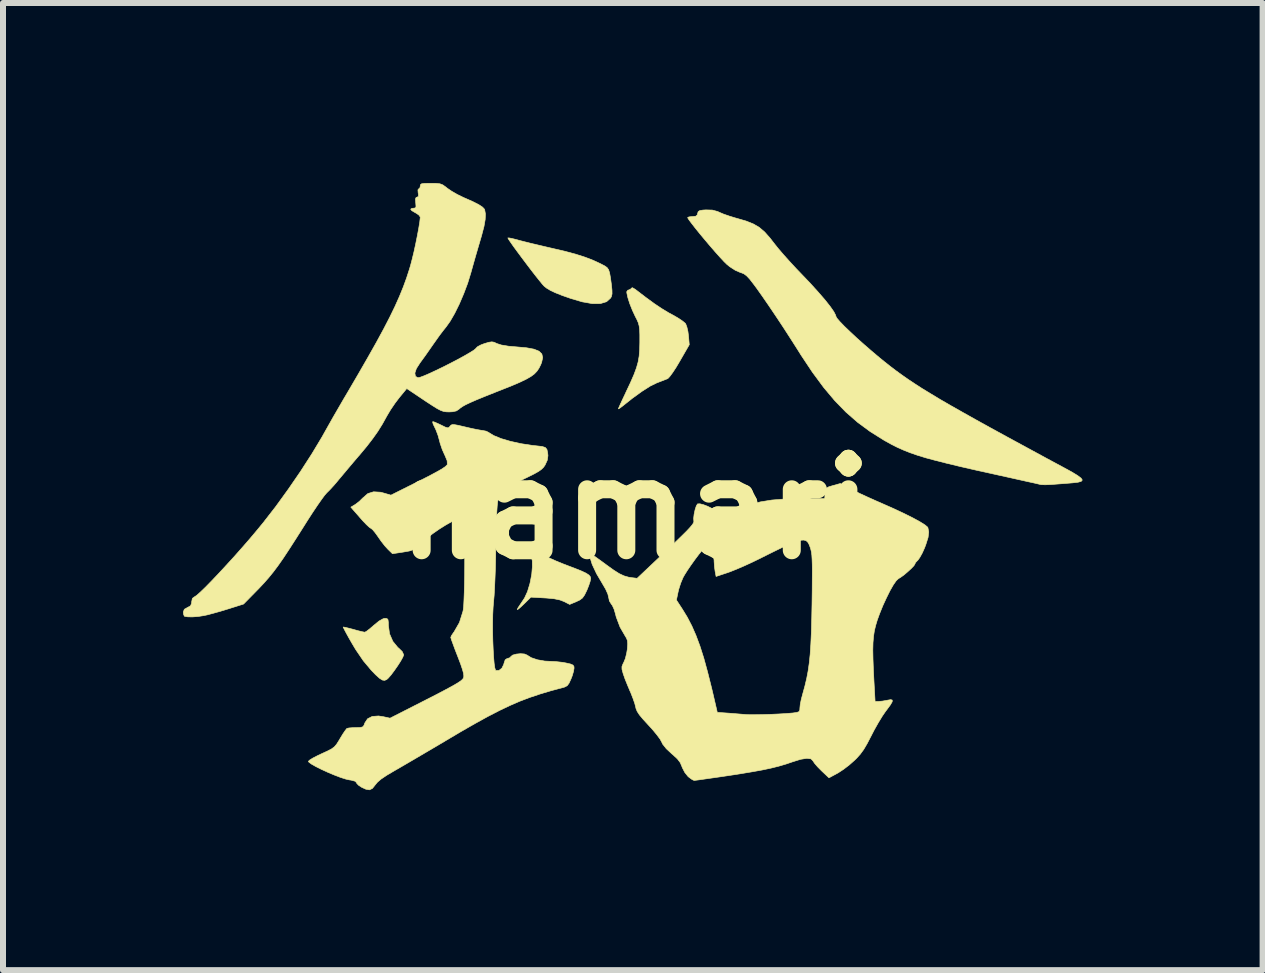
<source format=kicad_pcb>
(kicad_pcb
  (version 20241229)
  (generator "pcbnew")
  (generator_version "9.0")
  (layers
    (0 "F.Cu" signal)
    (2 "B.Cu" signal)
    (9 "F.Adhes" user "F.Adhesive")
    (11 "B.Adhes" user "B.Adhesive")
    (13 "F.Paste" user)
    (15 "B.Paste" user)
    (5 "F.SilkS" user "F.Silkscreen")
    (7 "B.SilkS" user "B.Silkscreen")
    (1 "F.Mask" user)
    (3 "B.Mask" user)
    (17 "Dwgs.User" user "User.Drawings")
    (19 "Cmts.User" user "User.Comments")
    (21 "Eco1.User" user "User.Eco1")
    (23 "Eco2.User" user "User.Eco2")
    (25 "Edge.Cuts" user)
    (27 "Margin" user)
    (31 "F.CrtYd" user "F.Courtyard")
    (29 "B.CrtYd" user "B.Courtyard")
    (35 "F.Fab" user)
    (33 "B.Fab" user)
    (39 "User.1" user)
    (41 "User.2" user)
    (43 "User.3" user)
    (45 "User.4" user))
  (footprint "namari"
    (layer "F.Cu")
    (at 7.533 5.431)
    (property "Reference" "namari" (at 0 0 0) (layer "F.SilkS") (effects (font (size 1.524 1.524) (thickness 0.3))))
    (attr through_hole)
    (fp_poly (pts (xy -4.134 1.828) (xy -4.117 1.846) (xy -4.111 1.891) (xy -4.11 1.944) (xy -4.091 2.082) (xy -4.036 2.208) (xy -3.953 2.309) (xy -3.935 2.324) (xy -3.879 2.379) (xy -3.856 2.431) (xy -3.856 2.435) (xy -3.87 2.472) (xy -3.905 2.535) (xy -3.954 2.612) (xy -4.01 2.692) (xy -4.065 2.766) (xy -4.113 2.821) (xy -4.14 2.845) (xy -4.174 2.858) (xy -4.212 2.852) (xy -4.26 2.821) (xy -4.325 2.762) (xy -4.398 2.686) (xy -4.527 2.532) (xy -4.655 2.344) (xy -4.714 2.245) (xy -4.771 2.146) (xy -4.817 2.062) (xy -4.849 2.001) (xy -4.863 1.971) (xy -4.863 1.969) (xy -4.84 1.972) (xy -4.784 1.985) (xy -4.706 2.005) (xy -4.692 2.009) (xy -4.609 2.032) (xy -4.542 2.048) (xy -4.505 2.055) (xy -4.503 2.055) (xy -4.476 2.041) (xy -4.425 2.002) (xy -4.362 1.948) (xy -4.353 1.94) (xy -4.266 1.869) (xy -4.198 1.831) (xy -4.168 1.824) (xy -4.134 1.828)) (stroke (width 0.01) (type solid)) (fill yes) (layer "F.SilkS"))
    (fp_poly (pts (xy -2.094 -4.515) (xy -2.036 -4.503) (xy -1.957 -4.483) (xy -1.938 -4.477) (xy -1.856 -4.456) (xy -1.741 -4.427) (xy -1.605 -4.395) (xy -1.461 -4.361) (xy -1.374 -4.341) (xy -1.16 -4.291) (xy -0.983 -4.243) (xy -0.833 -4.195) (xy -0.7 -4.144) (xy -0.575 -4.086) (xy -0.56 -4.078) (xy -0.504 -4.049) (xy -0.466 -4.022) (xy -0.441 -3.987) (xy -0.424 -3.935) (xy -0.41 -3.857) (xy -0.394 -3.742) (xy -0.394 -3.741) (xy -0.384 -3.645) (xy -0.383 -3.583) (xy -0.393 -3.54) (xy -0.406 -3.515) (xy -0.474 -3.453) (xy -0.576 -3.422) (xy -0.712 -3.421) (xy -0.881 -3.451) (xy -1.074 -3.508) (xy -1.219 -3.559) (xy -1.329 -3.603) (xy -1.41 -3.641) (xy -1.473 -3.679) (xy -1.513 -3.711) (xy -1.542 -3.742) (xy -1.59 -3.801) (xy -1.654 -3.881) (xy -1.727 -3.975) (xy -1.806 -4.079) (xy -1.885 -4.184) (xy -1.96 -4.285) (xy -2.026 -4.375) (xy -2.077 -4.448) (xy -2.11 -4.497) (xy -2.119 -4.516) (xy -2.094 -4.515)) (stroke (width 0.01) (type solid)) (fill yes) (layer "F.SilkS"))
    (fp_poly (pts (xy -1.61 0.736) (xy -1.527 0.767) (xy -1.489 0.788) (xy -1.417 0.823) (xy -1.317 0.868) (xy -1.205 0.914) (xy -1.129 0.943) (xy -0.988 0.997) (xy -0.884 1.039) (xy -0.813 1.073) (xy -0.769 1.102) (xy -0.746 1.129) (xy -0.739 1.157) (xy -0.739 1.161) (xy -0.748 1.208) (xy -0.772 1.28) (xy -0.802 1.355) (xy -0.841 1.435) (xy -0.876 1.485) (xy -0.92 1.518) (xy -0.977 1.545) (xy -1.089 1.592) (xy -1.183 1.544) (xy -1.254 1.517) (xy -1.346 1.498) (xy -1.471 1.486) (xy -1.506 1.484) (xy -1.735 1.471) (xy -1.849 1.583) (xy -1.905 1.636) (xy -1.945 1.67) (xy -1.963 1.678) (xy -1.963 1.677) (xy -1.95 1.649) (xy -1.918 1.601) (xy -1.908 1.586) (xy -1.841 1.485) (xy -1.792 1.379) (xy -1.753 1.25) (xy -1.745 1.215) (xy -1.721 1.087) (xy -1.711 0.967) (xy -1.712 0.865) (xy -1.727 0.794) (xy -1.731 0.786) (xy -1.74 0.756) (xy -1.718 0.741) (xy -1.679 0.733) (xy -1.61 0.736)) (stroke (width 0.01) (type solid)) (fill yes) (layer "F.SilkS"))
    (fp_poly (pts (xy -0.001 -3.662) (xy 0.004 -3.659) (xy 0.176 -3.527) (xy 0.321 -3.421) (xy 0.447 -3.337) (xy 0.559 -3.269) (xy 0.619 -3.237) (xy 0.707 -3.187) (xy 0.782 -3.138) (xy 0.833 -3.097) (xy 0.844 -3.084) (xy 0.864 -3.033) (xy 0.882 -2.955) (xy 0.891 -2.884) (xy 0.904 -2.736) (xy 0.746 -2.462) (xy 0.685 -2.359) (xy 0.627 -2.271) (xy 0.579 -2.206) (xy 0.547 -2.172) (xy 0.543 -2.17) (xy 0.497 -2.152) (xy 0.425 -2.124) (xy 0.36 -2.099) (xy 0.252 -2.046) (xy 0.117 -1.96) (xy -0.045 -1.843) (xy -0.202 -1.718) (xy -0.248 -1.683) (xy -0.274 -1.667) (xy -0.277 -1.668) (xy -0.268 -1.692) (xy -0.242 -1.75) (xy -0.204 -1.832) (xy -0.157 -1.931) (xy -0.152 -1.943) (xy -0.075 -2.106) (xy -0.017 -2.239) (xy 0.024 -2.35) (xy 0.052 -2.449) (xy 0.069 -2.547) (xy 0.077 -2.652) (xy 0.08 -2.774) (xy 0.08 -2.782) (xy 0.08 -2.901) (xy 0.077 -2.985) (xy 0.069 -3.048) (xy 0.055 -3.101) (xy 0.031 -3.156) (xy 0.003 -3.21) (xy -0.044 -3.311) (xy -0.087 -3.419) (xy -0.119 -3.519) (xy -0.136 -3.597) (xy -0.138 -3.619) (xy -0.12 -3.645) (xy -0.106 -3.648) (xy -0.07 -3.665) (xy -0.064 -3.676) (xy -0.044 -3.687) (xy -0.001 -3.662)) (stroke (width 0.01) (type solid)) (fill yes) (layer "F.SilkS"))
    (fp_poly (pts (xy 1.289 -4.98) (xy 1.377 -4.956) (xy 1.407 -4.942) (xy 1.473 -4.914) (xy 1.567 -4.881) (xy 1.672 -4.849) (xy 1.704 -4.84) (xy 1.855 -4.796) (xy 1.974 -4.748) (xy 2.071 -4.691) (xy 2.16 -4.615) (xy 2.251 -4.512) (xy 2.327 -4.414) (xy 2.387 -4.339) (xy 2.471 -4.241) (xy 2.572 -4.128) (xy 2.68 -4.011) (xy 2.773 -3.914) (xy 2.923 -3.757) (xy 3.054 -3.612) (xy 3.165 -3.484) (xy 3.252 -3.374) (xy 3.313 -3.287) (xy 3.344 -3.227) (xy 3.348 -3.209) (xy 3.365 -3.178) (xy 3.413 -3.122) (xy 3.486 -3.046) (xy 3.581 -2.955) (xy 3.691 -2.852) (xy 3.813 -2.743) (xy 3.941 -2.632) (xy 4.07 -2.523) (xy 4.156 -2.453) (xy 4.252 -2.377) (xy 4.348 -2.304) (xy 4.447 -2.232) (xy 4.551 -2.159) (xy 4.664 -2.084) (xy 4.788 -2.004) (xy 4.926 -1.92) (xy 5.08 -1.827) (xy 5.254 -1.726) (xy 5.45 -1.615) (xy 5.671 -1.491) (xy 5.92 -1.353) (xy 6.2 -1.2) (xy 6.513 -1.03) (xy 6.861 -0.841) (xy 7.14 -0.691) (xy 7.279 -0.615) (xy 7.376 -0.556) (xy 7.434 -0.512) (xy 7.454 -0.481) (xy 7.436 -0.459) (xy 7.382 -0.444) (xy 7.293 -0.434) (xy 7.245 -0.43) (xy 7.133 -0.421) (xy 7.024 -0.413) (xy 6.936 -0.406) (xy 6.916 -0.405) (xy 6.838 -0.402) (xy 6.774 -0.404) (xy 6.754 -0.407) (xy 6.721 -0.415) (xy 6.648 -0.432) (xy 6.542 -0.455) (xy 6.408 -0.485) (xy 6.252 -0.52) (xy 6.08 -0.558) (xy 5.981 -0.58) (xy 5.682 -0.646) (xy 5.425 -0.705) (xy 5.204 -0.758) (xy 5.014 -0.806) (xy 4.85 -0.85) (xy 4.709 -0.893) (xy 4.585 -0.936) (xy 4.474 -0.98) (xy 4.371 -1.026) (xy 4.272 -1.076) (xy 4.171 -1.132) (xy 4.145 -1.147) (xy 3.92 -1.288) (xy 3.712 -1.441) (xy 3.517 -1.611) (xy 3.33 -1.803) (xy 3.145 -2.023) (xy 2.958 -2.276) (xy 2.765 -2.566) (xy 2.712 -2.651) (xy 2.596 -2.833) (xy 2.474 -3.022) (xy 2.35 -3.209) (xy 2.23 -3.387) (xy 2.119 -3.548) (xy 2.024 -3.682) (xy 1.977 -3.745) (xy 1.911 -3.83) (xy 1.859 -3.885) (xy 1.813 -3.919) (xy 1.761 -3.939) (xy 1.75 -3.942) (xy 1.67 -3.977) (xy 1.579 -4.036) (xy 1.529 -4.077) (xy 1.484 -4.121) (xy 1.42 -4.19) (xy 1.342 -4.277) (xy 1.257 -4.375) (xy 1.169 -4.479) (xy 1.084 -4.581) (xy 1.007 -4.676) (xy 0.944 -4.757) (xy 0.899 -4.817) (xy 0.878 -4.851) (xy 0.877 -4.855) (xy 0.898 -4.866) (xy 0.947 -4.872) (xy 0.957 -4.872) (xy 1.013 -4.878) (xy 1.038 -4.901) (xy 1.043 -4.924) (xy 1.053 -4.954) (xy 1.078 -4.971) (xy 1.131 -4.98) (xy 1.182 -4.983) (xy 1.289 -4.98)) (stroke (width 0.01) (type solid)) (fill yes) (layer "F.SilkS"))
    (fp_poly (pts (xy -3.312 -5.425) (xy -3.251 -5.418) (xy -3.204 -5.4) (xy -3.156 -5.366) (xy -3.129 -5.344) (xy -3.057 -5.295) (xy -2.962 -5.24) (xy -2.861 -5.191) (xy -2.848 -5.185) (xy -2.707 -5.123) (xy -2.606 -5.072) (xy -2.542 -5.03) (xy -2.51 -4.996) (xy -2.506 -4.988) (xy -2.493 -4.915) (xy -2.497 -4.824) (xy -2.517 -4.708) (xy -2.556 -4.559) (xy -2.569 -4.514) (xy -2.61 -4.375) (xy -2.657 -4.214) (xy -2.703 -4.052) (xy -2.735 -3.937) (xy -2.788 -3.764) (xy -2.855 -3.586) (xy -2.929 -3.413) (xy -3.006 -3.257) (xy -3.082 -3.126) (xy -3.146 -3.036) (xy -3.194 -2.976) (xy -3.258 -2.892) (xy -3.326 -2.796) (xy -3.36 -2.748) (xy -3.429 -2.649) (xy -3.499 -2.549) (xy -3.561 -2.464) (xy -3.583 -2.434) (xy -3.644 -2.339) (xy -3.669 -2.264) (xy -3.66 -2.211) (xy -3.621 -2.186) (xy -3.585 -2.192) (xy -3.518 -2.217) (xy -3.425 -2.257) (xy -3.314 -2.309) (xy -3.192 -2.368) (xy -3.068 -2.431) (xy -2.947 -2.494) (xy -2.838 -2.554) (xy -2.747 -2.607) (xy -2.682 -2.648) (xy -2.651 -2.675) (xy -2.649 -2.679) (xy -2.623 -2.704) (xy -2.566 -2.734) (xy -2.51 -2.755) (xy -2.435 -2.777) (xy -2.386 -2.784) (xy -2.347 -2.777) (xy -2.304 -2.756) (xy -2.227 -2.731) (xy -2.105 -2.711) (xy -1.974 -2.7) (xy -1.808 -2.685) (xy -1.684 -2.662) (xy -1.6 -2.628) (xy -1.553 -2.582) (xy -1.539 -2.521) (xy -1.556 -2.443) (xy -1.572 -2.402) (xy -1.601 -2.344) (xy -1.635 -2.294) (xy -1.678 -2.249) (xy -1.736 -2.206) (xy -1.815 -2.161) (xy -1.919 -2.111) (xy -2.054 -2.053) (xy -2.225 -1.985) (xy -2.309 -1.952) (xy -2.49 -1.88) (xy -2.632 -1.822) (xy -2.74 -1.775) (xy -2.821 -1.737) (xy -2.878 -1.705) (xy -2.917 -1.677) (xy -2.93 -1.665) (xy -2.977 -1.633) (xy -3.042 -1.619) (xy -3.1 -1.616) (xy -3.149 -1.618) (xy -3.193 -1.625) (xy -3.24 -1.642) (xy -3.299 -1.673) (xy -3.376 -1.721) (xy -3.482 -1.79) (xy -3.513 -1.811) (xy -3.804 -2.006) (xy -3.927 -1.857) (xy -4 -1.761) (xy -4.074 -1.652) (xy -4.133 -1.553) (xy -4.133 -1.553) (xy -4.209 -1.416) (xy -4.286 -1.292) (xy -4.371 -1.172) (xy -4.471 -1.042) (xy -4.596 -0.892) (xy -4.61 -0.877) (xy -4.701 -0.77) (xy -4.792 -0.662) (xy -4.874 -0.564) (xy -4.938 -0.488) (xy -4.95 -0.473) (xy -5.017 -0.394) (xy -5.085 -0.32) (xy -5.139 -0.266) (xy -5.139 -0.266) (xy -5.173 -0.227) (xy -5.226 -0.155) (xy -5.295 -0.056) (xy -5.374 0.062) (xy -5.46 0.195) (xy -5.519 0.289) (xy -5.651 0.497) (xy -5.763 0.671) (xy -5.859 0.817) (xy -5.945 0.94) (xy -6.024 1.046) (xy -6.1 1.14) (xy -6.178 1.229) (xy -6.261 1.318) (xy -6.304 1.362) (xy -6.524 1.586) (xy -6.794 1.671) (xy -6.912 1.707) (xy -7.027 1.739) (xy -7.124 1.765) (xy -7.184 1.778) (xy -7.28 1.793) (xy -7.374 1.8) (xy -7.452 1.799) (xy -7.503 1.791) (xy -7.512 1.786) (xy -7.525 1.752) (xy -7.528 1.719) (xy -7.511 1.673) (xy -7.458 1.643) (xy -7.408 1.616) (xy -7.39 1.573) (xy -7.389 1.55) (xy -7.377 1.491) (xy -7.344 1.467) (xy -7.307 1.443) (xy -7.245 1.388) (xy -7.16 1.306) (xy -7.058 1.202) (xy -6.943 1.081) (xy -6.818 0.946) (xy -6.687 0.803) (xy -6.555 0.654) (xy -6.426 0.506) (xy -6.304 0.361) (xy -6.197 0.231) (xy -5.988 -0.038) (xy -5.778 -0.328) (xy -5.574 -0.625) (xy -5.385 -0.918) (xy -5.218 -1.196) (xy -5.172 -1.278) (xy -5.109 -1.39) (xy -5.03 -1.53) (xy -4.942 -1.682) (xy -4.854 -1.834) (xy -4.794 -1.935) (xy -4.611 -2.248) (xy -4.451 -2.526) (xy -4.311 -2.774) (xy -4.191 -2.995) (xy -4.088 -3.194) (xy -4 -3.375) (xy -3.926 -3.541) (xy -3.862 -3.698) (xy -3.807 -3.849) (xy -3.759 -3.997) (xy -3.741 -4.058) (xy -3.714 -4.161) (xy -3.684 -4.284) (xy -3.655 -4.418) (xy -3.628 -4.552) (xy -3.605 -4.675) (xy -3.588 -4.777) (xy -3.58 -4.849) (xy -3.579 -4.863) (xy -3.598 -4.893) (xy -3.645 -4.927) (xy -3.66 -4.935) (xy -3.719 -4.969) (xy -3.739 -4.995) (xy -3.717 -5.009) (xy -3.692 -5.011) (xy -3.661 -5.016) (xy -3.65 -5.039) (xy -3.654 -5.094) (xy -3.655 -5.103) (xy -3.659 -5.164) (xy -3.648 -5.191) (xy -3.633 -5.195) (xy -3.61 -5.207) (xy -3.61 -5.248) (xy -3.614 -5.265) (xy -3.618 -5.317) (xy -3.604 -5.334) (xy -3.584 -5.353) (xy -3.579 -5.38) (xy -3.575 -5.404) (xy -3.557 -5.418) (xy -3.514 -5.424) (xy -3.438 -5.426) (xy -3.404 -5.426) (xy -3.312 -5.425)) (stroke (width 0.01) (type solid)) (fill yes) (layer "F.SilkS"))
    (fp_poly (pts (xy -3.337 -1.445) (xy -3.28 -1.42) (xy -3.23 -1.396) (xy -3.163 -1.363) (xy -3.124 -1.351) (xy -3.101 -1.357) (xy -3.083 -1.378) (xy -3.067 -1.396) (xy -3.045 -1.405) (xy -3.008 -1.404) (xy -2.948 -1.393) (xy -2.854 -1.371) (xy -2.828 -1.365) (xy -2.725 -1.341) (xy -2.632 -1.322) (xy -2.564 -1.31) (xy -2.54 -1.307) (xy -2.48 -1.295) (xy -2.443 -1.276) (xy -2.357 -1.223) (xy -2.233 -1.172) (xy -2.08 -1.127) (xy -1.906 -1.088) (xy -1.719 -1.059) (xy -1.635 -1.05) (xy -1.547 -1.04) (xy -1.495 -1.023) (xy -1.468 -0.991) (xy -1.456 -0.934) (xy -1.451 -0.888) (xy -1.462 -0.812) (xy -1.5 -0.729) (xy -1.526 -0.692) (xy -1.56 -0.659) (xy -1.609 -0.624) (xy -1.68 -0.584) (xy -1.78 -0.534) (xy -1.892 -0.48) (xy -2.006 -0.425) (xy -2.104 -0.378) (xy -2.18 -0.341) (xy -2.225 -0.318) (xy -2.236 -0.312) (xy -2.245 -0.288) (xy -2.262 -0.232) (xy -2.276 -0.181) (xy -2.288 -0.126) (xy -2.297 -0.047) (xy -2.304 0.06) (xy -2.31 0.2) (xy -2.315 0.377) (xy -2.319 0.596) (xy -2.319 0.624) (xy -2.323 0.811) (xy -2.327 0.995) (xy -2.334 1.168) (xy -2.341 1.321) (xy -2.348 1.445) (xy -2.356 1.533) (xy -2.356 1.537) (xy -2.365 1.638) (xy -2.371 1.762) (xy -2.373 1.901) (xy -2.373 2.049) (xy -2.37 2.197) (xy -2.364 2.339) (xy -2.357 2.466) (xy -2.348 2.572) (xy -2.337 2.649) (xy -2.324 2.689) (xy -2.32 2.694) (xy -2.267 2.692) (xy -2.219 2.655) (xy -2.187 2.59) (xy -2.184 2.575) (xy -2.164 2.516) (xy -2.132 2.494) (xy -2.126 2.494) (xy -2.084 2.479) (xy -2.071 2.463) (xy -2.04 2.437) (xy -1.98 2.42) (xy -1.909 2.413) (xy -1.843 2.418) (xy -1.802 2.435) (xy -1.729 2.48) (xy -1.625 2.515) (xy -1.505 2.536) (xy -1.424 2.54) (xy -1.318 2.545) (xy -1.203 2.558) (xy -1.15 2.568) (xy -1.075 2.585) (xy -1.034 2.603) (xy -1.018 2.627) (xy -1.016 2.654) (xy -1.025 2.708) (xy -1.047 2.783) (xy -1.067 2.834) (xy -1.1 2.906) (xy -1.131 2.947) (xy -1.175 2.97) (xy -1.211 2.98) (xy -1.406 3.032) (xy -1.586 3.086) (xy -1.756 3.143) (xy -1.922 3.206) (xy -2.09 3.279) (xy -2.268 3.364) (xy -2.459 3.463) (xy -2.671 3.58) (xy -2.91 3.717) (xy -3.161 3.866) (xy -3.326 3.964) (xy -3.493 4.062) (xy -3.653 4.156) (xy -3.798 4.241) (xy -3.92 4.312) (xy -4.01 4.364) (xy -4.012 4.365) (xy -4.139 4.44) (xy -4.231 4.502) (xy -4.294 4.556) (xy -4.33 4.6) (xy -4.377 4.659) (xy -4.425 4.682) (xy -4.485 4.672) (xy -4.555 4.64) (xy -4.608 4.605) (xy -4.639 4.572) (xy -4.641 4.563) (xy -4.664 4.539) (xy -4.729 4.521) (xy -4.763 4.516) (xy -4.828 4.501) (xy -4.916 4.472) (xy -5.017 4.433) (xy -5.124 4.388) (xy -5.228 4.34) (xy -5.32 4.294) (xy -5.392 4.253) (xy -5.435 4.221) (xy -5.444 4.207) (xy -5.421 4.185) (xy -5.366 4.151) (xy -5.286 4.11) (xy -5.222 4.08) (xy -5.124 4.035) (xy -5.057 4) (xy -5.011 3.966) (xy -4.974 3.923) (xy -4.936 3.863) (xy -4.916 3.829) (xy -4.87 3.753) (xy -4.83 3.694) (xy -4.805 3.662) (xy -4.802 3.659) (xy -4.767 3.651) (xy -4.703 3.646) (xy -4.654 3.645) (xy -4.581 3.643) (xy -4.54 3.634) (xy -4.518 3.609) (xy -4.502 3.566) (xy -4.457 3.498) (xy -4.38 3.459) (xy -4.275 3.451) (xy -4.191 3.464) (xy -4.083 3.488) (xy -3.482 3.182) (xy -3.3 3.089) (xy -3.156 3.013) (xy -3.045 2.953) (xy -2.964 2.906) (xy -2.909 2.87) (xy -2.876 2.842) (xy -2.86 2.82) (xy -2.859 2.819) (xy -2.853 2.787) (xy -2.858 2.742) (xy -2.875 2.678) (xy -2.906 2.586) (xy -2.954 2.46) (xy -2.954 2.46) (xy -2.997 2.35) (xy -3.032 2.255) (xy -3.058 2.184) (xy -3.07 2.145) (xy -3.071 2.14) (xy -3.058 2.111) (xy -3.026 2.063) (xy -3.014 2.047) (xy -2.926 1.894) (xy -2.868 1.709) (xy -2.863 1.685) (xy -2.856 1.625) (xy -2.851 1.527) (xy -2.846 1.4) (xy -2.842 1.251) (xy -2.839 1.089) (xy -2.838 0.921) (xy -2.838 0.757) (xy -2.839 0.604) (xy -2.842 0.47) (xy -2.846 0.364) (xy -2.852 0.294) (xy -2.864 0.218) (xy -2.878 0.178) (xy -2.901 0.163) (xy -2.916 0.162) (xy -2.972 0.175) (xy -3.055 0.213) (xy -3.155 0.269) (xy -3.263 0.337) (xy -3.371 0.412) (xy -3.468 0.488) (xy -3.523 0.537) (xy -3.6 0.608) (xy -3.657 0.655) (xy -3.707 0.684) (xy -3.763 0.702) (xy -3.837 0.715) (xy -3.865 0.72) (xy -4.042 0.747) (xy -4.116 0.675) (xy -4.169 0.617) (xy -4.231 0.538) (xy -4.283 0.463) (xy -4.332 0.395) (xy -4.374 0.345) (xy -4.401 0.324) (xy -4.402 0.324) (xy -4.427 0.307) (xy -4.475 0.263) (xy -4.537 0.198) (xy -4.582 0.147) (xy -4.736 -0.029) (xy -4.663 -0.073) (xy -4.596 -0.124) (xy -4.535 -0.184) (xy -4.534 -0.184) (xy -4.453 -0.255) (xy -4.357 -0.285) (xy -4.242 -0.278) (xy -4.195 -0.266) (xy -4.068 -0.229) (xy -3.606 -0.46) (xy -3.44 -0.544) (xy -3.313 -0.612) (xy -3.221 -0.664) (xy -3.162 -0.704) (xy -3.133 -0.732) (xy -3.128 -0.741) (xy -3.131 -0.803) (xy -3.169 -0.894) (xy -3.172 -0.899) (xy -3.213 -0.991) (xy -3.248 -1.094) (xy -3.258 -1.134) (xy -3.284 -1.228) (xy -3.32 -1.322) (xy -3.337 -1.357) (xy -3.364 -1.413) (xy -3.373 -1.448) (xy -3.369 -1.455) (xy -3.337 -1.445)) (stroke (width 0.01) (type solid)) (fill yes) (layer "F.SilkS"))
    (fp_poly (pts (xy 3.576 -0.34) (xy 3.649 -0.303) (xy 3.754 -0.253) (xy 3.88 -0.195) (xy 4.016 -0.134) (xy 4.11 -0.093) (xy 4.309 -0.005) (xy 4.484 0.077) (xy 4.632 0.151) (xy 4.749 0.215) (xy 4.832 0.267) (xy 4.876 0.304) (xy 4.881 0.313) (xy 4.895 0.385) (xy 4.884 0.476) (xy 4.847 0.593) (xy 4.826 0.649) (xy 4.787 0.736) (xy 4.747 0.808) (xy 4.715 0.854) (xy 4.71 0.858) (xy 4.675 0.895) (xy 4.664 0.92) (xy 4.648 0.947) (xy 4.604 0.993) (xy 4.545 1.047) (xy 4.482 1.101) (xy 4.423 1.143) (xy 4.391 1.162) (xy 4.354 1.196) (xy 4.305 1.266) (xy 4.249 1.364) (xy 4.19 1.483) (xy 4.13 1.613) (xy 4.075 1.749) (xy 4.037 1.854) (xy 4.01 1.944) (xy 3.989 2.031) (xy 3.975 2.124) (xy 3.966 2.23) (xy 3.963 2.355) (xy 3.966 2.507) (xy 3.973 2.692) (xy 3.982 2.869) (xy 4.001 3.21) (xy 4.061 3.209) (xy 4.125 3.203) (xy 4.201 3.19) (xy 4.208 3.188) (xy 4.261 3.179) (xy 4.287 3.186) (xy 4.286 3.214) (xy 4.256 3.266) (xy 4.196 3.348) (xy 4.178 3.371) (xy 4.121 3.454) (xy 4.054 3.564) (xy 3.986 3.685) (xy 3.935 3.784) (xy 3.869 3.911) (xy 3.812 4.008) (xy 3.754 4.088) (xy 3.687 4.162) (xy 3.66 4.188) (xy 3.572 4.266) (xy 3.474 4.341) (xy 3.384 4.4) (xy 3.373 4.406) (xy 3.232 4.482) (xy 3.106 4.363) (xy 3.043 4.299) (xy 2.993 4.241) (xy 2.967 4.202) (xy 2.966 4.2) (xy 2.933 4.166) (xy 2.863 4.157) (xy 2.761 4.173) (xy 2.629 4.214) (xy 2.514 4.253) (xy 2.395 4.288) (xy 2.267 4.32) (xy 2.121 4.351) (xy 1.949 4.382) (xy 1.745 4.416) (xy 1.562 4.444) (xy 1.407 4.467) (xy 1.267 4.487) (xy 1.148 4.504) (xy 1.057 4.517) (xy 1 4.524) (xy 0.985 4.526) (xy 0.952 4.511) (xy 0.902 4.475) (xy 0.884 4.46) (xy 0.83 4.393) (xy 0.788 4.312) (xy 0.782 4.295) (xy 0.754 4.229) (xy 0.706 4.166) (xy 0.629 4.095) (xy 0.613 4.082) (xy 0.521 3.996) (xy 0.46 3.919) (xy 0.444 3.885) (xy 0.417 3.836) (xy 0.364 3.765) (xy 0.294 3.68) (xy 0.221 3.6) (xy 0.133 3.504) (xy 0.073 3.432) (xy 0.036 3.375) (xy 0.016 3.326) (xy 0.012 3.307) (xy -0.004 3.244) (xy -0.035 3.155) (xy -0.073 3.058) (xy -0.084 3.035) (xy -0.126 2.935) (xy -0.166 2.836) (xy -0.194 2.756) (xy -0.198 2.744) (xy -0.217 2.675) (xy -0.218 2.629) (xy -0.201 2.584) (xy -0.188 2.559) (xy -0.161 2.494) (xy -0.139 2.404) (xy -0.128 2.337) (xy -0.122 2.251) (xy -0.127 2.193) (xy -0.145 2.148) (xy -0.157 2.13) (xy -0.249 1.971) (xy -0.313 1.802) (xy -0.326 1.75) (xy -0.349 1.672) (xy -0.378 1.609) (xy -0.395 1.587) (xy -0.428 1.533) (xy -0.43 1.519) (xy 0.69 1.519) (xy 0.786 1.666) (xy 0.871 1.805) (xy 0.947 1.951) (xy 1.016 2.109) (xy 1.082 2.286) (xy 1.146 2.487) (xy 1.21 2.721) (xy 1.278 2.992) (xy 1.296 3.068) (xy 1.371 3.391) (xy 1.557 3.404) (xy 1.66 3.412) (xy 1.757 3.42) (xy 1.83 3.426) (xy 1.836 3.427) (xy 1.902 3.43) (xy 2.003 3.43) (xy 2.127 3.428) (xy 2.261 3.424) (xy 2.394 3.418) (xy 2.515 3.411) (xy 2.611 3.403) (xy 2.627 3.402) (xy 2.697 3.392) (xy 2.733 3.379) (xy 2.746 3.353) (xy 2.748 3.316) (xy 2.754 3.257) (xy 2.771 3.173) (xy 2.795 3.083) (xy 2.831 2.952) (xy 2.861 2.826) (xy 2.885 2.7) (xy 2.904 2.567) (xy 2.919 2.42) (xy 2.93 2.252) (xy 2.939 2.057) (xy 2.945 1.829) (xy 2.95 1.579) (xy 2.953 1.36) (xy 2.954 1.181) (xy 2.955 1.039) (xy 2.954 0.927) (xy 2.951 0.841) (xy 2.947 0.775) (xy 2.941 0.725) (xy 2.932 0.684) (xy 2.923 0.651) (xy 2.903 0.597) (xy 2.881 0.557) (xy 2.852 0.53) (xy 2.812 0.519) (xy 2.757 0.523) (xy 2.682 0.544) (xy 2.584 0.583) (xy 2.458 0.64) (xy 2.3 0.717) (xy 2.105 0.814) (xy 2.09 0.822) (xy 1.956 0.887) (xy 1.819 0.95) (xy 1.691 1.005) (xy 1.586 1.047) (xy 1.547 1.061) (xy 1.351 1.126) (xy 1.335 1.042) (xy 1.324 0.962) (xy 1.318 0.872) (xy 1.318 0.859) (xy 1.304 0.755) (xy 1.271 0.677) (xy 1.222 0.632) (xy 1.187 0.624) (xy 1.163 0.642) (xy 1.119 0.69) (xy 1.062 0.76) (xy 0.998 0.845) (xy 0.933 0.936) (xy 0.873 1.024) (xy 0.824 1.102) (xy 0.799 1.147) (xy 0.761 1.238) (xy 0.728 1.342) (xy 0.717 1.389) (xy 0.69 1.519) (xy -0.43 1.519) (xy -0.439 1.478) (xy -0.453 1.419) (xy -0.49 1.337) (xy -0.539 1.253) (xy -0.641 1.08) (xy -0.714 0.925) (xy -0.751 0.806) (xy -0.768 0.73) (xy -0.701 0.772) (xy -0.652 0.806) (xy -0.579 0.858) (xy -0.497 0.918) (xy -0.473 0.936) (xy -0.356 1.02) (xy -0.263 1.079) (xy -0.184 1.116) (xy -0.108 1.138) (xy -0.064 1.145) (xy 0.035 1.157) (xy 0.515 0.703) (xy 0.659 0.567) (xy 0.772 0.457) (xy 0.857 0.373) (xy 0.917 0.309) (xy 0.956 0.262) (xy 0.976 0.23) (xy 0.981 0.209) (xy 0.98 0.204) (xy 0.977 0.157) (xy 0.985 0.088) (xy 1.001 0.014) (xy 1.021 -0.048) (xy 1.041 -0.082) (xy 1.042 -0.083) (xy 1.081 -0.085) (xy 1.143 -0.069) (xy 1.213 -0.042) (xy 1.276 -0.01) (xy 1.315 0.022) (xy 1.318 0.027) (xy 1.339 0.053) (xy 1.373 0.065) (xy 1.432 0.066) (xy 1.474 0.063) (xy 1.567 0.048) (xy 1.674 0.019) (xy 1.754 -0.011) (xy 1.917 -0.072) (xy 2.091 -0.117) (xy 2.283 -0.148) (xy 2.502 -0.165) (xy 2.752 -0.171) (xy 3.161 -0.171) (xy 3.168 -0.263) (xy 3.174 -0.316) (xy 3.191 -0.347) (xy 3.229 -0.368) (xy 3.299 -0.389) (xy 3.422 -0.423) (xy 3.576 -0.34)) (stroke (width 0.01) (type solid)) (fill yes) (layer "F.SilkS")))
  (gr_rect
    (start -3 -3)
    (end 17.992 13.118)
    (stroke (width 0.1) (type default))
    (fill no)
    (layer "Edge.Cuts")))
</source>
